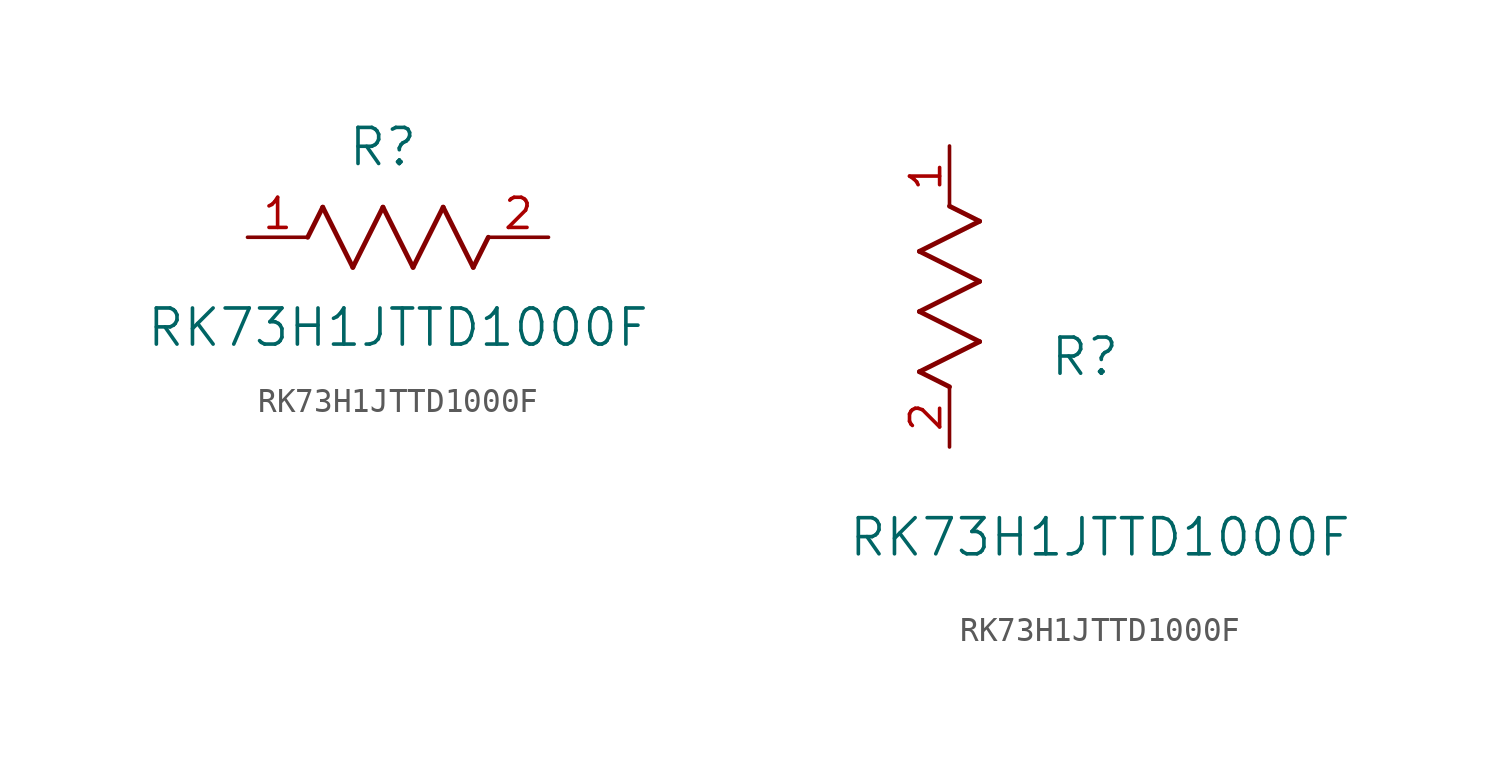
<source format=kicad_sym>
(kicad_symbol_lib
  (version 20211014)
  (generator kicad_symbol_editor)
  (symbol "RK73H1JTTD1000F"
    (pin_names
      (offset 0.254))
    (property "Reference" "R"
      (at 5.715 3.81 0)
      (effects (font (size 1.524 1.524))))
    (property "Value" "RK73H1JTTD1000F"
      (at 6.35 -3.81 0)
      (effects (font (size 1.524 1.524))))
    (symbol "RK73H1JTTD1000F_1_1"
      (polyline (pts (xy 3.175 1.27) (xy 4.445 -1.27)) (stroke (width 0.203) (type default) (color 0 0 0 0)) (fill (type none)))
      (polyline (pts (xy 4.445 -1.27) (xy 5.715 1.27)) (stroke (width 0.203) (type default) (color 0 0 0 0)) (fill (type none)))
      (polyline (pts (xy 5.715 1.27) (xy 6.985 -1.27)) (stroke (width 0.203) (type default) (color 0 0 0 0)) (fill (type none)))
      (polyline (pts (xy 6.985 -1.27) (xy 8.255 1.27)) (stroke (width 0.203) (type default) (color 0 0 0 0)) (fill (type none)))
      (polyline (pts (xy 8.255 1.27) (xy 9.525 -1.27)) (stroke (width 0.203) (type default) (color 0 0 0 0)) (fill (type none)))
      (polyline (pts (xy 2.54 0) (xy 3.175 1.27)) (stroke (width 0.203) (type default) (color 0 0 0 0)) (fill (type none)))
      (polyline (pts (xy 9.525 -1.27) (xy 10.16 0)) (stroke (width 0.203) (type default) (color 0 0 0 0)) (fill (type none)))
      (pin unspecified line (at 0 0 0) (length 2.54) (name "" (effects (font (size 1.27 1.27)))) (number "1" (effects (font (size 1.27 1.27)))))
      (pin unspecified line (at 12.7 0 180) (length 2.54) (name "" (effects (font (size 1.27 1.27)))) (number "2" (effects (font (size 1.27 1.27))))))
    (symbol "RK73H1JTTD1000F_1_2"
      (polyline (pts (xy 0 2.54) (xy -1.27 3.175)) (stroke (width 0.203) (type default) (color 0 0 0 0)) (fill (type none)))
      (polyline (pts (xy -1.27 3.175) (xy 1.27 4.445)) (stroke (width 0.203) (type default) (color 0 0 0 0)) (fill (type none)))
      (polyline (pts (xy 1.27 4.445) (xy -1.27 5.715)) (stroke (width 0.203) (type default) (color 0 0 0 0)) (fill (type none)))
      (polyline (pts (xy -1.27 5.715) (xy 1.27 6.985)) (stroke (width 0.203) (type default) (color 0 0 0 0)) (fill (type none)))
      (polyline (pts (xy -1.27 8.255) (xy 1.27 9.525)) (stroke (width 0.203) (type default) (color 0 0 0 0)) (fill (type none)))
      (polyline (pts (xy 1.27 9.525) (xy 0 10.16)) (stroke (width 0.203) (type default) (color 0 0 0 0)) (fill (type none)))
      (polyline (pts (xy 1.27 6.985) (xy -1.27 8.255)) (stroke (width 0.203) (type default) (color 0 0 0 0)) (fill (type none)))
      (pin unspecified line (at 0 12.7 270) (length 2.54) (name "" (effects (font (size 1.27 1.27)))) (number "1" (effects (font (size 1.27 1.27)))))
      (pin unspecified line (at 0 0 90) (length 2.54) (name "" (effects (font (size 1.27 1.27)))) (number "2" (effects (font (size 1.27 1.27))))))))
</source>
